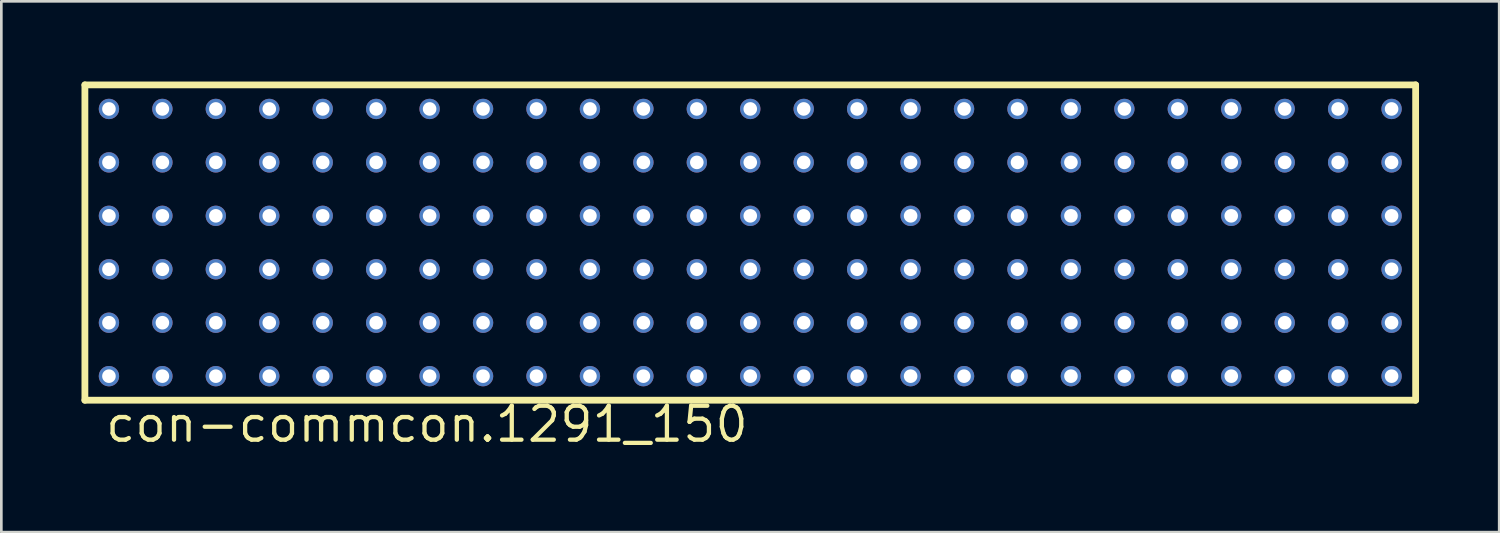
<source format=kicad_pcb>
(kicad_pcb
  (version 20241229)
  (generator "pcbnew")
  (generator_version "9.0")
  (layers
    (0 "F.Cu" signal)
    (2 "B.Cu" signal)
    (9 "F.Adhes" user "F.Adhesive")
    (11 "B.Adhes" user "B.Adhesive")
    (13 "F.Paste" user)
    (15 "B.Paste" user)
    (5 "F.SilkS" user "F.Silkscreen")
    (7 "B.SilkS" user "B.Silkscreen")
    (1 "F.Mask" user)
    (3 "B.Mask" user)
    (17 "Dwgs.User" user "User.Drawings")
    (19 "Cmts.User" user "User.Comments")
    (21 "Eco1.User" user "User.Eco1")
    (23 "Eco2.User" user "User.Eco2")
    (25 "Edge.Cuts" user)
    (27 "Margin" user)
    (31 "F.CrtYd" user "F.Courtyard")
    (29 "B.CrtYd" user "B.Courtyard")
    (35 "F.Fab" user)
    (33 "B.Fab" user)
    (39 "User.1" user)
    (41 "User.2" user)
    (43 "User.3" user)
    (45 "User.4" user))
  (footprint "con-commcon.1291_150"
    (layer "F.Cu")
    (at 25.027 6.027)
    (property "Reference" "con-commcon.1291_150" (at -24.21 7.54 0) (layer "F.SilkS") (effects (font (size 1.27 1.27) (thickness 0.16)) (justify left bottom)))
    (attr through_hole)
    (fp_line (start -24.9 -5.9) (end -24.9 5.9) (stroke (width 0.254) (type default)) (layer "F.SilkS"))
    (fp_line (start -24.9 5.9) (end 24.9 5.9) (stroke (width 0.254) (type default)) (layer "F.SilkS"))
    (fp_line (start 24.9 -5.9) (end -24.9 -5.9) (stroke (width 0.254) (type default)) (layer "F.SilkS"))
    (fp_line (start 24.9 5.9) (end 24.9 -5.9) (stroke (width 0.254) (type default)) (layer "F.SilkS"))
    (pad "A1" thru_hole circle (at -24 5) (size 0.762 0.762) (drill 0.508) (layers "*.Cu" "*.Mask"))
    (pad "A2" thru_hole circle (at -22 5) (size 0.762 0.762) (drill 0.508) (layers "*.Cu" "*.Mask"))
    (pad "A3" thru_hole circle (at -20 5) (size 0.762 0.762) (drill 0.508) (layers "*.Cu" "*.Mask"))
    (pad "A4" thru_hole circle (at -18 5) (size 0.762 0.762) (drill 0.508) (layers "*.Cu" "*.Mask"))
    (pad "A5" thru_hole circle (at -16 5) (size 0.762 0.762) (drill 0.508) (layers "*.Cu" "*.Mask"))
    (pad "A6" thru_hole circle (at -14 5) (size 0.762 0.762) (drill 0.508) (layers "*.Cu" "*.Mask"))
    (pad "A7" thru_hole circle (at -12 5) (size 0.762 0.762) (drill 0.508) (layers "*.Cu" "*.Mask"))
    (pad "A8" thru_hole circle (at -10 5) (size 0.762 0.762) (drill 0.508) (layers "*.Cu" "*.Mask"))
    (pad "A9" thru_hole circle (at -8 5) (size 0.762 0.762) (drill 0.508) (layers "*.Cu" "*.Mask"))
    (pad "A10" thru_hole circle (at -6 5) (size 0.762 0.762) (drill 0.508) (layers "*.Cu" "*.Mask"))
    (pad "A11" thru_hole circle (at -4 5) (size 0.762 0.762) (drill 0.508) (layers "*.Cu" "*.Mask"))
    (pad "A12" thru_hole circle (at -2 5) (size 0.762 0.762) (drill 0.508) (layers "*.Cu" "*.Mask"))
    (pad "A13" thru_hole circle (at 0 5) (size 0.762 0.762) (drill 0.508) (layers "*.Cu" "*.Mask"))
    (pad "A14" thru_hole circle (at 2 5) (size 0.762 0.762) (drill 0.508) (layers "*.Cu" "*.Mask"))
    (pad "A15" thru_hole circle (at 4 5) (size 0.762 0.762) (drill 0.508) (layers "*.Cu" "*.Mask"))
    (pad "A16" thru_hole circle (at 6 5) (size 0.762 0.762) (drill 0.508) (layers "*.Cu" "*.Mask"))
    (pad "A17" thru_hole circle (at 8 5) (size 0.762 0.762) (drill 0.508) (layers "*.Cu" "*.Mask"))
    (pad "A18" thru_hole circle (at 10 5) (size 0.762 0.762) (drill 0.508) (layers "*.Cu" "*.Mask"))
    (pad "A19" thru_hole circle (at 12 5) (size 0.762 0.762) (drill 0.508) (layers "*.Cu" "*.Mask"))
    (pad "A20" thru_hole circle (at 14 5) (size 0.762 0.762) (drill 0.508) (layers "*.Cu" "*.Mask"))
    (pad "A21" thru_hole circle (at 16 5) (size 0.762 0.762) (drill 0.508) (layers "*.Cu" "*.Mask"))
    (pad "A22" thru_hole circle (at 18 5) (size 0.762 0.762) (drill 0.508) (layers "*.Cu" "*.Mask"))
    (pad "A23" thru_hole circle (at 20 5) (size 0.762 0.762) (drill 0.508) (layers "*.Cu" "*.Mask"))
    (pad "A24" thru_hole circle (at 22 5) (size 0.762 0.762) (drill 0.508) (layers "*.Cu" "*.Mask"))
    (pad "A25" thru_hole circle (at 24 5) (size 0.762 0.762) (drill 0.508) (layers "*.Cu" "*.Mask"))
    (pad "B1" thru_hole circle (at -24 3) (size 0.762 0.762) (drill 0.508) (layers "*.Cu" "*.Mask"))
    (pad "B2" thru_hole circle (at -22 3) (size 0.762 0.762) (drill 0.508) (layers "*.Cu" "*.Mask"))
    (pad "B3" thru_hole circle (at -20 3) (size 0.762 0.762) (drill 0.508) (layers "*.Cu" "*.Mask"))
    (pad "B4" thru_hole circle (at -18 3) (size 0.762 0.762) (drill 0.508) (layers "*.Cu" "*.Mask"))
    (pad "B5" thru_hole circle (at -16 3) (size 0.762 0.762) (drill 0.508) (layers "*.Cu" "*.Mask"))
    (pad "B6" thru_hole circle (at -14 3) (size 0.762 0.762) (drill 0.508) (layers "*.Cu" "*.Mask"))
    (pad "B7" thru_hole circle (at -12 3) (size 0.762 0.762) (drill 0.508) (layers "*.Cu" "*.Mask"))
    (pad "B8" thru_hole circle (at -10 3) (size 0.762 0.762) (drill 0.508) (layers "*.Cu" "*.Mask"))
    (pad "B9" thru_hole circle (at -8 3) (size 0.762 0.762) (drill 0.508) (layers "*.Cu" "*.Mask"))
    (pad "B10" thru_hole circle (at -6 3) (size 0.762 0.762) (drill 0.508) (layers "*.Cu" "*.Mask"))
    (pad "B11" thru_hole circle (at -4 3) (size 0.762 0.762) (drill 0.508) (layers "*.Cu" "*.Mask"))
    (pad "B12" thru_hole circle (at -2 3) (size 0.762 0.762) (drill 0.508) (layers "*.Cu" "*.Mask"))
    (pad "B13" thru_hole circle (at 0 3) (size 0.762 0.762) (drill 0.508) (layers "*.Cu" "*.Mask"))
    (pad "B14" thru_hole circle (at 2 3) (size 0.762 0.762) (drill 0.508) (layers "*.Cu" "*.Mask"))
    (pad "B15" thru_hole circle (at 4 3) (size 0.762 0.762) (drill 0.508) (layers "*.Cu" "*.Mask"))
    (pad "B16" thru_hole circle (at 6 3) (size 0.762 0.762) (drill 0.508) (layers "*.Cu" "*.Mask"))
    (pad "B17" thru_hole circle (at 8 3) (size 0.762 0.762) (drill 0.508) (layers "*.Cu" "*.Mask"))
    (pad "B18" thru_hole circle (at 10 3) (size 0.762 0.762) (drill 0.508) (layers "*.Cu" "*.Mask"))
    (pad "B19" thru_hole circle (at 12 3) (size 0.762 0.762) (drill 0.508) (layers "*.Cu" "*.Mask"))
    (pad "B20" thru_hole circle (at 14 3) (size 0.762 0.762) (drill 0.508) (layers "*.Cu" "*.Mask"))
    (pad "B21" thru_hole circle (at 16 3) (size 0.762 0.762) (drill 0.508) (layers "*.Cu" "*.Mask"))
    (pad "B22" thru_hole circle (at 18 3) (size 0.762 0.762) (drill 0.508) (layers "*.Cu" "*.Mask"))
    (pad "B23" thru_hole circle (at 20 3) (size 0.762 0.762) (drill 0.508) (layers "*.Cu" "*.Mask"))
    (pad "B24" thru_hole circle (at 22 3) (size 0.762 0.762) (drill 0.508) (layers "*.Cu" "*.Mask"))
    (pad "B25" thru_hole circle (at 24 3) (size 0.762 0.762) (drill 0.508) (layers "*.Cu" "*.Mask"))
    (pad "C1" thru_hole circle (at -24 1) (size 0.762 0.762) (drill 0.508) (layers "*.Cu" "*.Mask"))
    (pad "C2" thru_hole circle (at -22 1) (size 0.762 0.762) (drill 0.508) (layers "*.Cu" "*.Mask"))
    (pad "C3" thru_hole circle (at -20 1) (size 0.762 0.762) (drill 0.508) (layers "*.Cu" "*.Mask"))
    (pad "C4" thru_hole circle (at -18 1) (size 0.762 0.762) (drill 0.508) (layers "*.Cu" "*.Mask"))
    (pad "C5" thru_hole circle (at -16 1) (size 0.762 0.762) (drill 0.508) (layers "*.Cu" "*.Mask"))
    (pad "C6" thru_hole circle (at -14 1) (size 0.762 0.762) (drill 0.508) (layers "*.Cu" "*.Mask"))
    (pad "C7" thru_hole circle (at -12 1) (size 0.762 0.762) (drill 0.508) (layers "*.Cu" "*.Mask"))
    (pad "C8" thru_hole circle (at -10 1) (size 0.762 0.762) (drill 0.508) (layers "*.Cu" "*.Mask"))
    (pad "C9" thru_hole circle (at -8 1) (size 0.762 0.762) (drill 0.508) (layers "*.Cu" "*.Mask"))
    (pad "C10" thru_hole circle (at -6 1) (size 0.762 0.762) (drill 0.508) (layers "*.Cu" "*.Mask"))
    (pad "C11" thru_hole circle (at -4 1) (size 0.762 0.762) (drill 0.508) (layers "*.Cu" "*.Mask"))
    (pad "C12" thru_hole circle (at -2 1) (size 0.762 0.762) (drill 0.508) (layers "*.Cu" "*.Mask"))
    (pad "C13" thru_hole circle (at 0 1) (size 0.762 0.762) (drill 0.508) (layers "*.Cu" "*.Mask"))
    (pad "C14" thru_hole circle (at 2 1) (size 0.762 0.762) (drill 0.508) (layers "*.Cu" "*.Mask"))
    (pad "C15" thru_hole circle (at 4 1) (size 0.762 0.762) (drill 0.508) (layers "*.Cu" "*.Mask"))
    (pad "C16" thru_hole circle (at 6 1) (size 0.762 0.762) (drill 0.508) (layers "*.Cu" "*.Mask"))
    (pad "C17" thru_hole circle (at 8 1) (size 0.762 0.762) (drill 0.508) (layers "*.Cu" "*.Mask"))
    (pad "C18" thru_hole circle (at 10 1) (size 0.762 0.762) (drill 0.508) (layers "*.Cu" "*.Mask"))
    (pad "C19" thru_hole circle (at 12 1) (size 0.762 0.762) (drill 0.508) (layers "*.Cu" "*.Mask"))
    (pad "C20" thru_hole circle (at 14 1) (size 0.762 0.762) (drill 0.508) (layers "*.Cu" "*.Mask"))
    (pad "C21" thru_hole circle (at 16 1) (size 0.762 0.762) (drill 0.508) (layers "*.Cu" "*.Mask"))
    (pad "C22" thru_hole circle (at 18 1) (size 0.762 0.762) (drill 0.508) (layers "*.Cu" "*.Mask"))
    (pad "C23" thru_hole circle (at 20 1) (size 0.762 0.762) (drill 0.508) (layers "*.Cu" "*.Mask"))
    (pad "C24" thru_hole circle (at 22 1) (size 0.762 0.762) (drill 0.508) (layers "*.Cu" "*.Mask"))
    (pad "C25" thru_hole circle (at 24 1) (size 0.762 0.762) (drill 0.508) (layers "*.Cu" "*.Mask"))
    (pad "D1" thru_hole circle (at -24 -1) (size 0.762 0.762) (drill 0.508) (layers "*.Cu" "*.Mask"))
    (pad "D2" thru_hole circle (at -22 -1) (size 0.762 0.762) (drill 0.508) (layers "*.Cu" "*.Mask"))
    (pad "D3" thru_hole circle (at -20 -1) (size 0.762 0.762) (drill 0.508) (layers "*.Cu" "*.Mask"))
    (pad "D4" thru_hole circle (at -18 -1) (size 0.762 0.762) (drill 0.508) (layers "*.Cu" "*.Mask"))
    (pad "D5" thru_hole circle (at -16 -1) (size 0.762 0.762) (drill 0.508) (layers "*.Cu" "*.Mask"))
    (pad "D6" thru_hole circle (at -14 -1) (size 0.762 0.762) (drill 0.508) (layers "*.Cu" "*.Mask"))
    (pad "D7" thru_hole circle (at -12 -1) (size 0.762 0.762) (drill 0.508) (layers "*.Cu" "*.Mask"))
    (pad "D8" thru_hole circle (at -10 -1) (size 0.762 0.762) (drill 0.508) (layers "*.Cu" "*.Mask"))
    (pad "D9" thru_hole circle (at -8 -1) (size 0.762 0.762) (drill 0.508) (layers "*.Cu" "*.Mask"))
    (pad "D10" thru_hole circle (at -6 -1) (size 0.762 0.762) (drill 0.508) (layers "*.Cu" "*.Mask"))
    (pad "D11" thru_hole circle (at -4 -1) (size 0.762 0.762) (drill 0.508) (layers "*.Cu" "*.Mask"))
    (pad "D12" thru_hole circle (at -2 -1) (size 0.762 0.762) (drill 0.508) (layers "*.Cu" "*.Mask"))
    (pad "D13" thru_hole circle (at 0 -1) (size 0.762 0.762) (drill 0.508) (layers "*.Cu" "*.Mask"))
    (pad "D14" thru_hole circle (at 2 -1) (size 0.762 0.762) (drill 0.508) (layers "*.Cu" "*.Mask"))
    (pad "D15" thru_hole circle (at 4 -1) (size 0.762 0.762) (drill 0.508) (layers "*.Cu" "*.Mask"))
    (pad "D16" thru_hole circle (at 6 -1) (size 0.762 0.762) (drill 0.508) (layers "*.Cu" "*.Mask"))
    (pad "D17" thru_hole circle (at 8 -1) (size 0.762 0.762) (drill 0.508) (layers "*.Cu" "*.Mask"))
    (pad "D18" thru_hole circle (at 10 -1) (size 0.762 0.762) (drill 0.508) (layers "*.Cu" "*.Mask"))
    (pad "D19" thru_hole circle (at 12 -1) (size 0.762 0.762) (drill 0.508) (layers "*.Cu" "*.Mask"))
    (pad "D20" thru_hole circle (at 14 -1) (size 0.762 0.762) (drill 0.508) (layers "*.Cu" "*.Mask"))
    (pad "D21" thru_hole circle (at 16 -1) (size 0.762 0.762) (drill 0.508) (layers "*.Cu" "*.Mask"))
    (pad "D22" thru_hole circle (at 18 -1) (size 0.762 0.762) (drill 0.508) (layers "*.Cu" "*.Mask"))
    (pad "D23" thru_hole circle (at 20 -1) (size 0.762 0.762) (drill 0.508) (layers "*.Cu" "*.Mask"))
    (pad "D24" thru_hole circle (at 22 -1) (size 0.762 0.762) (drill 0.508) (layers "*.Cu" "*.Mask"))
    (pad "D25" thru_hole circle (at 24 -1) (size 0.762 0.762) (drill 0.508) (layers "*.Cu" "*.Mask"))
    (pad "E1" thru_hole circle (at -24 -3) (size 0.762 0.762) (drill 0.508) (layers "*.Cu" "*.Mask"))
    (pad "E2" thru_hole circle (at -22 -3) (size 0.762 0.762) (drill 0.508) (layers "*.Cu" "*.Mask"))
    (pad "E3" thru_hole circle (at -20 -3) (size 0.762 0.762) (drill 0.508) (layers "*.Cu" "*.Mask"))
    (pad "E4" thru_hole circle (at -18 -3) (size 0.762 0.762) (drill 0.508) (layers "*.Cu" "*.Mask"))
    (pad "E5" thru_hole circle (at -16 -3) (size 0.762 0.762) (drill 0.508) (layers "*.Cu" "*.Mask"))
    (pad "E6" thru_hole circle (at -14 -3) (size 0.762 0.762) (drill 0.508) (layers "*.Cu" "*.Mask"))
    (pad "E7" thru_hole circle (at -12 -3) (size 0.762 0.762) (drill 0.508) (layers "*.Cu" "*.Mask"))
    (pad "E8" thru_hole circle (at -10 -3) (size 0.762 0.762) (drill 0.508) (layers "*.Cu" "*.Mask"))
    (pad "E9" thru_hole circle (at -8 -3) (size 0.762 0.762) (drill 0.508) (layers "*.Cu" "*.Mask"))
    (pad "E10" thru_hole circle (at -6 -3) (size 0.762 0.762) (drill 0.508) (layers "*.Cu" "*.Mask"))
    (pad "E11" thru_hole circle (at -4 -3) (size 0.762 0.762) (drill 0.508) (layers "*.Cu" "*.Mask"))
    (pad "E12" thru_hole circle (at -2 -3) (size 0.762 0.762) (drill 0.508) (layers "*.Cu" "*.Mask"))
    (pad "E13" thru_hole circle (at 0 -3) (size 0.762 0.762) (drill 0.508) (layers "*.Cu" "*.Mask"))
    (pad "E14" thru_hole circle (at 2 -3) (size 0.762 0.762) (drill 0.508) (layers "*.Cu" "*.Mask"))
    (pad "E15" thru_hole circle (at 4 -3) (size 0.762 0.762) (drill 0.508) (layers "*.Cu" "*.Mask"))
    (pad "E16" thru_hole circle (at 6 -3) (size 0.762 0.762) (drill 0.508) (layers "*.Cu" "*.Mask"))
    (pad "E17" thru_hole circle (at 8 -3) (size 0.762 0.762) (drill 0.508) (layers "*.Cu" "*.Mask"))
    (pad "E18" thru_hole circle (at 10 -3) (size 0.762 0.762) (drill 0.508) (layers "*.Cu" "*.Mask"))
    (pad "E19" thru_hole circle (at 12 -3) (size 0.762 0.762) (drill 0.508) (layers "*.Cu" "*.Mask"))
    (pad "E20" thru_hole circle (at 14 -3) (size 0.762 0.762) (drill 0.508) (layers "*.Cu" "*.Mask"))
    (pad "E21" thru_hole circle (at 16 -3) (size 0.762 0.762) (drill 0.508) (layers "*.Cu" "*.Mask"))
    (pad "E22" thru_hole circle (at 18 -3) (size 0.762 0.762) (drill 0.508) (layers "*.Cu" "*.Mask"))
    (pad "E23" thru_hole circle (at 20 -3) (size 0.762 0.762) (drill 0.508) (layers "*.Cu" "*.Mask"))
    (pad "E24" thru_hole circle (at 22 -3) (size 0.762 0.762) (drill 0.508) (layers "*.Cu" "*.Mask"))
    (pad "E25" thru_hole circle (at 24 -3) (size 0.762 0.762) (drill 0.508) (layers "*.Cu" "*.Mask"))
    (pad "F1" thru_hole circle (at -24 -5) (size 0.762 0.762) (drill 0.508) (layers "*.Cu" "*.Mask"))
    (pad "F2" thru_hole circle (at -22 -5) (size 0.762 0.762) (drill 0.508) (layers "*.Cu" "*.Mask"))
    (pad "F3" thru_hole circle (at -20 -5) (size 0.762 0.762) (drill 0.508) (layers "*.Cu" "*.Mask"))
    (pad "F4" thru_hole circle (at -18 -5) (size 0.762 0.762) (drill 0.508) (layers "*.Cu" "*.Mask"))
    (pad "F5" thru_hole circle (at -16 -5) (size 0.762 0.762) (drill 0.508) (layers "*.Cu" "*.Mask"))
    (pad "F6" thru_hole circle (at -14 -5) (size 0.762 0.762) (drill 0.508) (layers "*.Cu" "*.Mask"))
    (pad "F7" thru_hole circle (at -12 -5) (size 0.762 0.762) (drill 0.508) (layers "*.Cu" "*.Mask"))
    (pad "F8" thru_hole circle (at -10 -5) (size 0.762 0.762) (drill 0.508) (layers "*.Cu" "*.Mask"))
    (pad "F9" thru_hole circle (at -8 -5) (size 0.762 0.762) (drill 0.508) (layers "*.Cu" "*.Mask"))
    (pad "F10" thru_hole circle (at -6 -5) (size 0.762 0.762) (drill 0.508) (layers "*.Cu" "*.Mask"))
    (pad "F11" thru_hole circle (at -4 -5) (size 0.762 0.762) (drill 0.508) (layers "*.Cu" "*.Mask"))
    (pad "F12" thru_hole circle (at -2 -5) (size 0.762 0.762) (drill 0.508) (layers "*.Cu" "*.Mask"))
    (pad "F13" thru_hole circle (at 0 -5) (size 0.762 0.762) (drill 0.508) (layers "*.Cu" "*.Mask"))
    (pad "F14" thru_hole circle (at 2 -5) (size 0.762 0.762) (drill 0.508) (layers "*.Cu" "*.Mask"))
    (pad "F15" thru_hole circle (at 4 -5) (size 0.762 0.762) (drill 0.508) (layers "*.Cu" "*.Mask"))
    (pad "F16" thru_hole circle (at 6 -5) (size 0.762 0.762) (drill 0.508) (layers "*.Cu" "*.Mask"))
    (pad "F17" thru_hole circle (at 8 -5) (size 0.762 0.762) (drill 0.508) (layers "*.Cu" "*.Mask"))
    (pad "F18" thru_hole circle (at 10 -5) (size 0.762 0.762) (drill 0.508) (layers "*.Cu" "*.Mask"))
    (pad "F19" thru_hole circle (at 12 -5) (size 0.762 0.762) (drill 0.508) (layers "*.Cu" "*.Mask"))
    (pad "F20" thru_hole circle (at 14 -5) (size 0.762 0.762) (drill 0.508) (layers "*.Cu" "*.Mask"))
    (pad "F21" thru_hole circle (at 16 -5) (size 0.762 0.762) (drill 0.508) (layers "*.Cu" "*.Mask"))
    (pad "F22" thru_hole circle (at 18 -5) (size 0.762 0.762) (drill 0.508) (layers "*.Cu" "*.Mask"))
    (pad "F23" thru_hole circle (at 20 -5) (size 0.762 0.762) (drill 0.508) (layers "*.Cu" "*.Mask"))
    (pad "F24" thru_hole circle (at 22 -5) (size 0.762 0.762) (drill 0.508) (layers "*.Cu" "*.Mask"))
    (pad "F25" thru_hole circle (at 24 -5) (size 0.762 0.762) (drill 0.508) (layers "*.Cu" "*.Mask")))
  (gr_rect
    (start -3 -3)
    (end 53.054 16.864)
    (stroke (width 0.1) (type default))
    (fill no)
    (layer "Edge.Cuts")))
</source>
